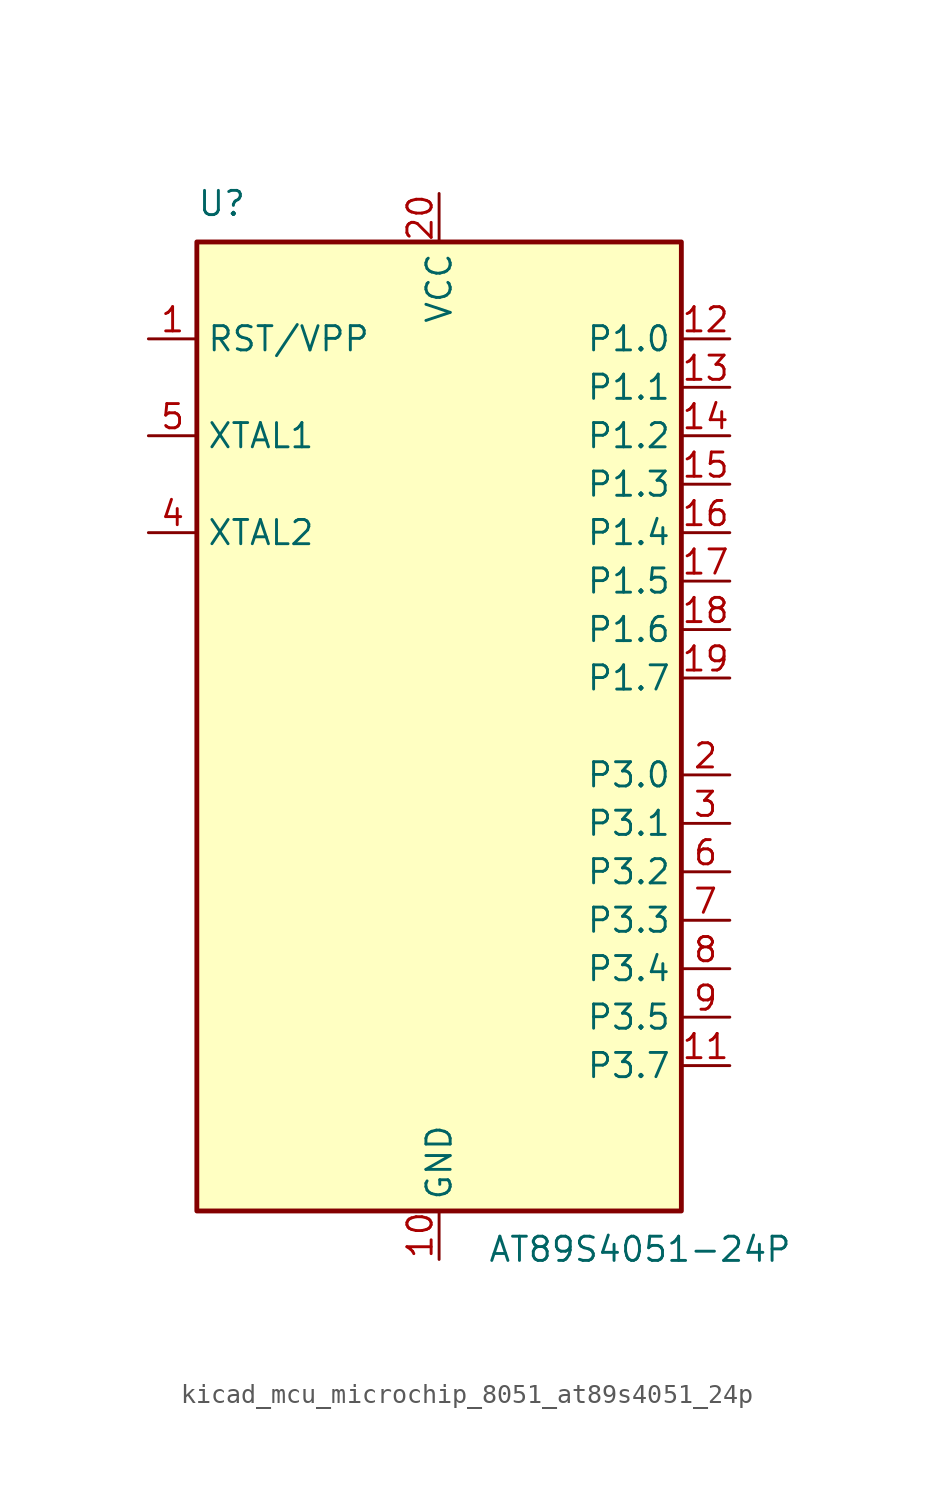
<source format=kicad_sym>
(kicad_symbol_lib
  (version 20220914)
  (generator kicad_symbol_editor)
  (symbol "kicad_mcu_microchip_8051_at89s4051_24p"
    (property "Reference" "U"
      (at -12.7 26.67 0)
      (effects (font (size 1.27 1.27)) (justify left bottom)))
    (property "Value" "AT89S4051-24P"
      (at 2.54 -26.67 0)
      (effects (font (size 1.27 1.27)) (justify left top)))
    (symbol "kicad_mcu_microchip_8051_at89s4051_24p_0_1"
      (rectangle (start -12.7 -25.4) (end 12.7 25.4) (stroke (width 0.254) (type default)) (fill (type background))))
    (symbol "kicad_mcu_microchip_8051_at89s4051_24p_1_1"
      (pin input line (at -15.24 20.32 0) (length 2.54) (name "RST/VPP" (effects (font (size 1.27 1.27)))) (number "1" (effects (font (size 1.27 1.27)))))
      (pin power_in line (at 0 -27.94 90) (length 2.54) (name "GND" (effects (font (size 1.27 1.27)))) (number "10" (effects (font (size 1.27 1.27)))))
      (pin bidirectional line (at 15.24 -17.78 180) (length 2.54) (name "P3.7" (effects (font (size 1.27 1.27)))) (number "11" (effects (font (size 1.27 1.27)))))
      (pin bidirectional line (at 15.24 20.32 180) (length 2.54) (name "P1.0" (effects (font (size 1.27 1.27)))) (number "12" (effects (font (size 1.27 1.27)))))
      (pin bidirectional line (at 15.24 17.78 180) (length 2.54) (name "P1.1" (effects (font (size 1.27 1.27)))) (number "13" (effects (font (size 1.27 1.27)))))
      (pin bidirectional line (at 15.24 15.24 180) (length 2.54) (name "P1.2" (effects (font (size 1.27 1.27)))) (number "14" (effects (font (size 1.27 1.27)))))
      (pin bidirectional line (at 15.24 12.7 180) (length 2.54) (name "P1.3" (effects (font (size 1.27 1.27)))) (number "15" (effects (font (size 1.27 1.27)))))
      (pin bidirectional line (at 15.24 10.16 180) (length 2.54) (name "P1.4" (effects (font (size 1.27 1.27)))) (number "16" (effects (font (size 1.27 1.27)))))
      (pin bidirectional line (at 15.24 7.62 180) (length 2.54) (name "P1.5" (effects (font (size 1.27 1.27)))) (number "17" (effects (font (size 1.27 1.27)))))
      (pin bidirectional line (at 15.24 5.08 180) (length 2.54) (name "P1.6" (effects (font (size 1.27 1.27)))) (number "18" (effects (font (size 1.27 1.27)))))
      (pin bidirectional line (at 15.24 2.54 180) (length 2.54) (name "P1.7" (effects (font (size 1.27 1.27)))) (number "19" (effects (font (size 1.27 1.27)))))
      (pin bidirectional line (at 15.24 -2.54 180) (length 2.54) (name "P3.0" (effects (font (size 1.27 1.27)))) (number "2" (effects (font (size 1.27 1.27)))))
      (pin power_in line (at 0 27.94 270) (length 2.54) (name "VCC" (effects (font (size 1.27 1.27)))) (number "20" (effects (font (size 1.27 1.27)))))
      (pin bidirectional line (at 15.24 -5.08 180) (length 2.54) (name "P3.1" (effects (font (size 1.27 1.27)))) (number "3" (effects (font (size 1.27 1.27)))))
      (pin output line (at -15.24 10.16 0) (length 2.54) (name "XTAL2" (effects (font (size 1.27 1.27)))) (number "4" (effects (font (size 1.27 1.27)))))
      (pin input line (at -15.24 15.24 0) (length 2.54) (name "XTAL1" (effects (font (size 1.27 1.27)))) (number "5" (effects (font (size 1.27 1.27)))))
      (pin bidirectional line (at 15.24 -7.62 180) (length 2.54) (name "P3.2" (effects (font (size 1.27 1.27)))) (number "6" (effects (font (size 1.27 1.27)))))
      (pin bidirectional line (at 15.24 -10.16 180) (length 2.54) (name "P3.3" (effects (font (size 1.27 1.27)))) (number "7" (effects (font (size 1.27 1.27)))))
      (pin bidirectional line (at 15.24 -12.7 180) (length 2.54) (name "P3.4" (effects (font (size 1.27 1.27)))) (number "8" (effects (font (size 1.27 1.27)))))
      (pin bidirectional line (at 15.24 -15.24 180) (length 2.54) (name "P3.5" (effects (font (size 1.27 1.27)))) (number "9" (effects (font (size 1.27 1.27))))))))
</source>
